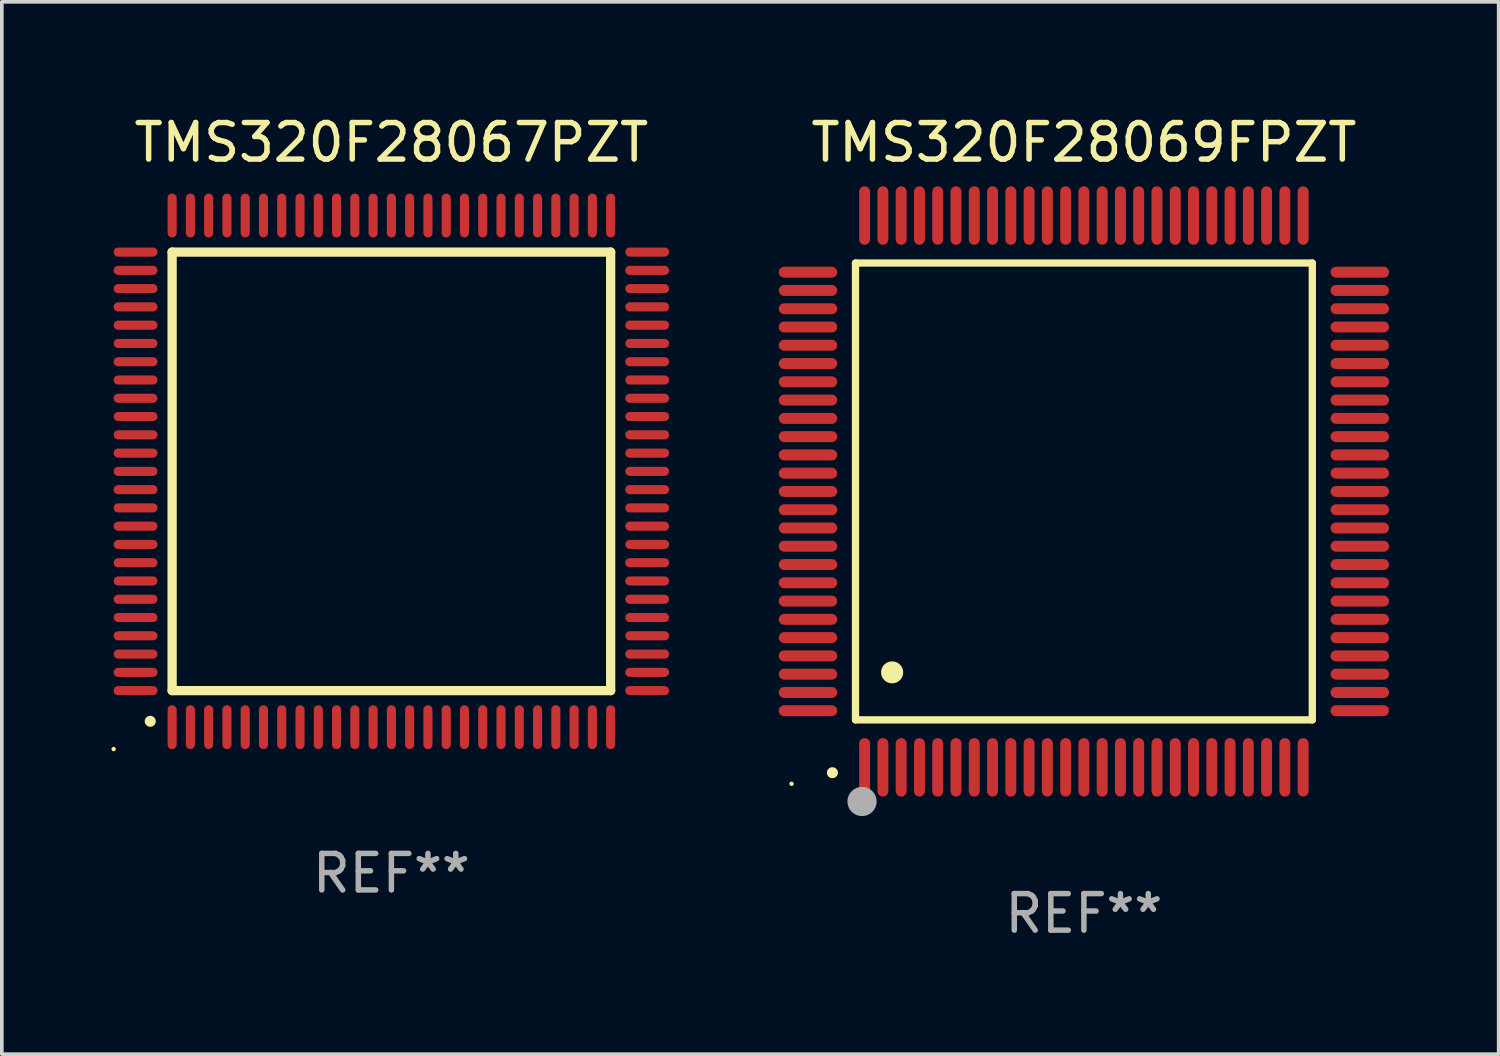
<source format=kicad_pcb>
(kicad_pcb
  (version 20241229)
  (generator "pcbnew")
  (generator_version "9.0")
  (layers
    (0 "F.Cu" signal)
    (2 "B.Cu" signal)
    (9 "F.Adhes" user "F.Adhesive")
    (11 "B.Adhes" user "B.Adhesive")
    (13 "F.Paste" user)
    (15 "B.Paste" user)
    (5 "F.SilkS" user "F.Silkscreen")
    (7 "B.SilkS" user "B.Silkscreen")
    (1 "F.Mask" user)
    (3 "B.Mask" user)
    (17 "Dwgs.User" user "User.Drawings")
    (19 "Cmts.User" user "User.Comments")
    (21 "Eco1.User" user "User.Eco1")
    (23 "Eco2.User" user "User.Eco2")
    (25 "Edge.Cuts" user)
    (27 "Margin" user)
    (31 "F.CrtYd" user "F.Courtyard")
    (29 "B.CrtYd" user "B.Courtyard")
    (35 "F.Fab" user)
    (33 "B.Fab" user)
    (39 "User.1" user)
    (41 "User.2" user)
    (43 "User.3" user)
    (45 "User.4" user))
  (footprint "TMS320F28067PZT"
    (layer "F.Cu")
    (at 7.66 9.848)
    (property "Reference" "TMS320F28067PZT" (at 0 -9 0) (layer "F.SilkS") (effects (font (size 1 1) (thickness 0.15))))
    (attr through_hole)
    (fp_line (start -6 -6) (end 6 -6) (stroke (width 0.254) (type solid)) (layer "F.SilkS"))
    (fp_line (start -6 6) (end -6 -6) (stroke (width 0.254) (type solid)) (layer "F.SilkS"))
    (fp_line (start 6 -6) (end 6 6) (stroke (width 0.254) (type solid)) (layer "F.SilkS"))
    (fp_line (start 6 6) (end -6 6) (stroke (width 0.254) (type solid)) (layer "F.SilkS"))
    (fp_arc (start -6.600025 6.840005) (mid -6.598755 6.84) (end -6.597485 6.840005) (stroke (width 0.3) (type solid)) (layer "F.SilkS"))
    (fp_circle (center -7.6 7.6) (end -7.57 7.6) (stroke (width 0.06) (type solid)) (fill no) (layer "F.SilkS"))
    (fp_text user "REF**" (at 0 11 0) (layer "F.Fab") (effects (font (size 1 1) (thickness 0.15))))
    (pad "1" smd oval (at -6 7 180) (size 0.25 1.2) (layers "F.Cu" "F.Mask" "F.Paste"))
    (pad "2" smd oval (at -5.5 7 180) (size 0.25 1.2) (layers "F.Cu" "F.Mask" "F.Paste"))
    (pad "3" smd oval (at -5 7 180) (size 0.25 1.2) (layers "F.Cu" "F.Mask" "F.Paste"))
    (pad "4" smd oval (at -4.5 7 180) (size 0.25 1.2) (layers "F.Cu" "F.Mask" "F.Paste"))
    (pad "5" smd oval (at -4 7 180) (size 0.25 1.2) (layers "F.Cu" "F.Mask" "F.Paste"))
    (pad "6" smd oval (at -3.5 7 180) (size 0.25 1.2) (layers "F.Cu" "F.Mask" "F.Paste"))
    (pad "7" smd oval (at -3 7 180) (size 0.25 1.2) (layers "F.Cu" "F.Mask" "F.Paste"))
    (pad "8" smd oval (at -2.5 7 180) (size 0.25 1.2) (layers "F.Cu" "F.Mask" "F.Paste"))
    (pad "9" smd oval (at -2 7 180) (size 0.25 1.2) (layers "F.Cu" "F.Mask" "F.Paste"))
    (pad "10" smd oval (at -1.5 7 180) (size 0.25 1.2) (layers "F.Cu" "F.Mask" "F.Paste"))
    (pad "11" smd oval (at -1 7 180) (size 0.25 1.2) (layers "F.Cu" "F.Mask" "F.Paste"))
    (pad "12" smd oval (at -0.5 7 180) (size 0.25 1.2) (layers "F.Cu" "F.Mask" "F.Paste"))
    (pad "13" smd oval (at 0 7 180) (size 0.25 1.2) (layers "F.Cu" "F.Mask" "F.Paste"))
    (pad "14" smd oval (at 0.5 7 180) (size 0.25 1.2) (layers "F.Cu" "F.Mask" "F.Paste"))
    (pad "15" smd oval (at 1 7 180) (size 0.25 1.2) (layers "F.Cu" "F.Mask" "F.Paste"))
    (pad "16" smd oval (at 1.5 7 180) (size 0.25 1.2) (layers "F.Cu" "F.Mask" "F.Paste"))
    (pad "17" smd oval (at 2 7 180) (size 0.25 1.2) (layers "F.Cu" "F.Mask" "F.Paste"))
    (pad "18" smd oval (at 2.5 7 180) (size 0.25 1.2) (layers "F.Cu" "F.Mask" "F.Paste"))
    (pad "19" smd oval (at 3 7 180) (size 0.25 1.2) (layers "F.Cu" "F.Mask" "F.Paste"))
    (pad "20" smd oval (at 3.5 7 180) (size 0.25 1.2) (layers "F.Cu" "F.Mask" "F.Paste"))
    (pad "21" smd oval (at 4 7 180) (size 0.25 1.2) (layers "F.Cu" "F.Mask" "F.Paste"))
    (pad "22" smd oval (at 4.5 7 180) (size 0.25 1.2) (layers "F.Cu" "F.Mask" "F.Paste"))
    (pad "23" smd oval (at 5 7 180) (size 0.25 1.2) (layers "F.Cu" "F.Mask" "F.Paste"))
    (pad "24" smd oval (at 5.5 7 180) (size 0.25 1.2) (layers "F.Cu" "F.Mask" "F.Paste"))
    (pad "25" smd oval (at 6 7 180) (size 0.25 1.2) (layers "F.Cu" "F.Mask" "F.Paste"))
    (pad "26" smd oval (at 7 6 90) (size 0.25 1.2) (layers "F.Cu" "F.Mask" "F.Paste"))
    (pad "27" smd oval (at 7 5.5 90) (size 0.25 1.2) (layers "F.Cu" "F.Mask" "F.Paste"))
    (pad "28" smd oval (at 7 5 90) (size 0.25 1.2) (layers "F.Cu" "F.Mask" "F.Paste"))
    (pad "29" smd oval (at 7 4.5 90) (size 0.25 1.2) (layers "F.Cu" "F.Mask" "F.Paste"))
    (pad "30" smd oval (at 7 4 90) (size 0.25 1.2) (layers "F.Cu" "F.Mask" "F.Paste"))
    (pad "31" smd oval (at 7 3.5 90) (size 0.25 1.2) (layers "F.Cu" "F.Mask" "F.Paste"))
    (pad "32" smd oval (at 7 3 90) (size 0.25 1.2) (layers "F.Cu" "F.Mask" "F.Paste"))
    (pad "33" smd oval (at 7 2.5 90) (size 0.25 1.2) (layers "F.Cu" "F.Mask" "F.Paste"))
    (pad "34" smd oval (at 7 2 90) (size 0.25 1.2) (layers "F.Cu" "F.Mask" "F.Paste"))
    (pad "35" smd oval (at 7 1.5 90) (size 0.25 1.2) (layers "F.Cu" "F.Mask" "F.Paste"))
    (pad "36" smd oval (at 7 1 90) (size 0.25 1.2) (layers "F.Cu" "F.Mask" "F.Paste"))
    (pad "37" smd oval (at 7 0.5 90) (size 0.25 1.2) (layers "F.Cu" "F.Mask" "F.Paste"))
    (pad "38" smd oval (at 7 0 90) (size 0.25 1.2) (layers "F.Cu" "F.Mask" "F.Paste"))
    (pad "39" smd oval (at 7 -0.5 90) (size 0.25 1.2) (layers "F.Cu" "F.Mask" "F.Paste"))
    (pad "40" smd oval (at 7 -1 90) (size 0.25 1.2) (layers "F.Cu" "F.Mask" "F.Paste"))
    (pad "41" smd oval (at 7 -1.5 90) (size 0.25 1.2) (layers "F.Cu" "F.Mask" "F.Paste"))
    (pad "42" smd oval (at 7 -2 90) (size 0.25 1.2) (layers "F.Cu" "F.Mask" "F.Paste"))
    (pad "43" smd oval (at 7 -2.5 90) (size 0.25 1.2) (layers "F.Cu" "F.Mask" "F.Paste"))
    (pad "44" smd oval (at 7 -3 90) (size 0.25 1.2) (layers "F.Cu" "F.Mask" "F.Paste"))
    (pad "45" smd oval (at 7 -3.5 90) (size 0.25 1.2) (layers "F.Cu" "F.Mask" "F.Paste"))
    (pad "46" smd oval (at 7 -4 90) (size 0.25 1.2) (layers "F.Cu" "F.Mask" "F.Paste"))
    (pad "47" smd oval (at 7 -4.5 90) (size 0.25 1.2) (layers "F.Cu" "F.Mask" "F.Paste"))
    (pad "48" smd oval (at 7 -5 90) (size 0.25 1.2) (layers "F.Cu" "F.Mask" "F.Paste"))
    (pad "49" smd oval (at 7 -5.5 90) (size 0.25 1.2) (layers "F.Cu" "F.Mask" "F.Paste"))
    (pad "50" smd oval (at 7 -6 90) (size 0.25 1.2) (layers "F.Cu" "F.Mask" "F.Paste"))
    (pad "51" smd oval (at 6 -7 180) (size 0.25 1.2) (layers "F.Cu" "F.Mask" "F.Paste"))
    (pad "52" smd oval (at 5.5 -7 180) (size 0.25 1.2) (layers "F.Cu" "F.Mask" "F.Paste"))
    (pad "53" smd oval (at 5 -7 180) (size 0.25 1.2) (layers "F.Cu" "F.Mask" "F.Paste"))
    (pad "54" smd oval (at 4.5 -7 180) (size 0.25 1.2) (layers "F.Cu" "F.Mask" "F.Paste"))
    (pad "55" smd oval (at 4 -7 180) (size 0.25 1.2) (layers "F.Cu" "F.Mask" "F.Paste"))
    (pad "56" smd oval (at 3.5 -7 180) (size 0.25 1.2) (layers "F.Cu" "F.Mask" "F.Paste"))
    (pad "57" smd oval (at 3 -7 180) (size 0.25 1.2) (layers "F.Cu" "F.Mask" "F.Paste"))
    (pad "58" smd oval (at 2.5 -7 180) (size 0.25 1.2) (layers "F.Cu" "F.Mask" "F.Paste"))
    (pad "59" smd oval (at 2 -7 180) (size 0.25 1.2) (layers "F.Cu" "F.Mask" "F.Paste"))
    (pad "60" smd oval (at 1.5 -7 180) (size 0.25 1.2) (layers "F.Cu" "F.Mask" "F.Paste"))
    (pad "61" smd oval (at 1 -7 180) (size 0.25 1.2) (layers "F.Cu" "F.Mask" "F.Paste"))
    (pad "62" smd oval (at 0.5 -7 180) (size 0.25 1.2) (layers "F.Cu" "F.Mask" "F.Paste"))
    (pad "63" smd oval (at 0 -7 180) (size 0.25 1.2) (layers "F.Cu" "F.Mask" "F.Paste"))
    (pad "64" smd oval (at -0.5 -7 180) (size 0.25 1.2) (layers "F.Cu" "F.Mask" "F.Paste"))
    (pad "65" smd oval (at -1 -7 180) (size 0.25 1.2) (layers "F.Cu" "F.Mask" "F.Paste"))
    (pad "66" smd oval (at -1.5 -7 180) (size 0.25 1.2) (layers "F.Cu" "F.Mask" "F.Paste"))
    (pad "67" smd oval (at -2 -7 180) (size 0.25 1.2) (layers "F.Cu" "F.Mask" "F.Paste"))
    (pad "68" smd oval (at -2.5 -7 180) (size 0.25 1.2) (layers "F.Cu" "F.Mask" "F.Paste"))
    (pad "69" smd oval (at -3 -7 180) (size 0.25 1.2) (layers "F.Cu" "F.Mask" "F.Paste"))
    (pad "70" smd oval (at -3.5 -7 180) (size 0.25 1.2) (layers "F.Cu" "F.Mask" "F.Paste"))
    (pad "71" smd oval (at -4 -7 180) (size 0.25 1.2) (layers "F.Cu" "F.Mask" "F.Paste"))
    (pad "72" smd oval (at -4.5 -7 180) (size 0.25 1.2) (layers "F.Cu" "F.Mask" "F.Paste"))
    (pad "73" smd oval (at -5 -7 180) (size 0.25 1.2) (layers "F.Cu" "F.Mask" "F.Paste"))
    (pad "74" smd oval (at -5.5 -7 180) (size 0.25 1.2) (layers "F.Cu" "F.Mask" "F.Paste"))
    (pad "75" smd oval (at -6 -7 180) (size 0.25 1.2) (layers "F.Cu" "F.Mask" "F.Paste"))
    (pad "76" smd oval (at -7 -6 90) (size 0.25 1.2) (layers "F.Cu" "F.Mask" "F.Paste"))
    (pad "77" smd oval (at -7 -5.5 90) (size 0.25 1.2) (layers "F.Cu" "F.Mask" "F.Paste"))
    (pad "78" smd oval (at -7 -5 90) (size 0.25 1.2) (layers "F.Cu" "F.Mask" "F.Paste"))
    (pad "79" smd oval (at -7 -4.5 90) (size 0.25 1.2) (layers "F.Cu" "F.Mask" "F.Paste"))
    (pad "80" smd oval (at -7 -4 90) (size 0.25 1.2) (layers "F.Cu" "F.Mask" "F.Paste"))
    (pad "81" smd oval (at -7 -3.5 90) (size 0.25 1.2) (layers "F.Cu" "F.Mask" "F.Paste"))
    (pad "82" smd oval (at -7 -3 90) (size 0.25 1.2) (layers "F.Cu" "F.Mask" "F.Paste"))
    (pad "83" smd oval (at -7 -2.5 90) (size 0.25 1.2) (layers "F.Cu" "F.Mask" "F.Paste"))
    (pad "84" smd oval (at -7 -2 90) (size 0.25 1.2) (layers "F.Cu" "F.Mask" "F.Paste"))
    (pad "85" smd oval (at -7 -1.5 90) (size 0.25 1.2) (layers "F.Cu" "F.Mask" "F.Paste"))
    (pad "86" smd oval (at -7 -1 90) (size 0.25 1.2) (layers "F.Cu" "F.Mask" "F.Paste"))
    (pad "87" smd oval (at -7 -0.5 90) (size 0.25 1.2) (layers "F.Cu" "F.Mask" "F.Paste"))
    (pad "88" smd oval (at -7 0 90) (size 0.25 1.2) (layers "F.Cu" "F.Mask" "F.Paste"))
    (pad "89" smd oval (at -7 0.5 90) (size 0.25 1.2) (layers "F.Cu" "F.Mask" "F.Paste"))
    (pad "90" smd oval (at -7 1 90) (size 0.25 1.2) (layers "F.Cu" "F.Mask" "F.Paste"))
    (pad "91" smd oval (at -7 1.5 90) (size 0.25 1.2) (layers "F.Cu" "F.Mask" "F.Paste"))
    (pad "92" smd oval (at -7 2 90) (size 0.25 1.2) (layers "F.Cu" "F.Mask" "F.Paste"))
    (pad "93" smd oval (at -7 2.5 90) (size 0.25 1.2) (layers "F.Cu" "F.Mask" "F.Paste"))
    (pad "94" smd oval (at -7 3 90) (size 0.25 1.2) (layers "F.Cu" "F.Mask" "F.Paste"))
    (pad "95" smd oval (at -7 3.5 90) (size 0.25 1.2) (layers "F.Cu" "F.Mask" "F.Paste"))
    (pad "96" smd oval (at -7 4 90) (size 0.25 1.2) (layers "F.Cu" "F.Mask" "F.Paste"))
    (pad "97" smd oval (at -7 4.5 90) (size 0.25 1.2) (layers "F.Cu" "F.Mask" "F.Paste"))
    (pad "98" smd oval (at -7 5 90) (size 0.25 1.2) (layers "F.Cu" "F.Mask" "F.Paste"))
    (pad "99" smd oval (at -7 5.5 90) (size 0.25 1.2) (layers "F.Cu" "F.Mask" "F.Paste"))
    (pad "100" smd oval (at -7 6 90) (size 0.25 1.2) (layers "F.Cu" "F.Mask" "F.Paste")))
  (footprint "TMS320F28069FPZT"
    (layer "F.Cu")
    (at 26.61 10.398)
    (property "Reference" "TMS320F28069FPZT" (at 0 -9.55 0) (layer "F.SilkS") (effects (font (size 1 1) (thickness 0.15))))
    (attr through_hole)
    (fp_line (start -6.25 -6.25) (end -6.25 6.25) (stroke (width 0.2) (type solid)) (layer "F.SilkS"))
    (fp_line (start -6.25 6.25) (end 6.25 6.25) (stroke (width 0.2) (type solid)) (layer "F.SilkS"))
    (fp_line (start 6.25 -6.25) (end -6.25 -6.25) (stroke (width 0.2) (type solid)) (layer "F.SilkS"))
    (fp_line (start 6.25 6.25) (end 6.25 -6.25) (stroke (width 0.2) (type solid)) (layer "F.SilkS"))
    (fp_arc (start -6.883414 7.696215) (mid -6.882144 7.69621) (end -6.880874 7.696215) (stroke (width 0.3) (type solid)) (layer "F.SilkS"))
    (fp_arc (start -5.250191 4.95047) (mid -5.247651 4.950459) (end -5.245111 4.95047) (stroke (width 0.6) (type solid)) (layer "F.SilkS"))
    (fp_circle (center -8 8) (end -7.97 8) (stroke (width 0.06) (type solid)) (fill no) (layer "F.SilkS"))
    (fp_circle (center -6.071 8.484) (end -5.871 8.484) (stroke (width 0.4) (type solid)) (fill no) (layer "F.Fab"))
    (fp_text user "REF**" (at 0 11.55 0) (layer "F.Fab") (effects (font (size 1 1) (thickness 0.15))))
    (pad "1" smd oval (at -6 7.55) (size 0.3 1.6) (layers "F.Cu" "F.Mask" "F.Paste"))
    (pad "2" smd oval (at -5.5 7.55) (size 0.3 1.6) (layers "F.Cu" "F.Mask" "F.Paste"))
    (pad "3" smd oval (at -5 7.55) (size 0.3 1.6) (layers "F.Cu" "F.Mask" "F.Paste"))
    (pad "4" smd oval (at -4.5 7.55) (size 0.3 1.6) (layers "F.Cu" "F.Mask" "F.Paste"))
    (pad "5" smd oval (at -4 7.55) (size 0.3 1.6) (layers "F.Cu" "F.Mask" "F.Paste"))
    (pad "6" smd oval (at -3.5 7.55) (size 0.3 1.6) (layers "F.Cu" "F.Mask" "F.Paste"))
    (pad "7" smd oval (at -3 7.55) (size 0.3 1.6) (layers "F.Cu" "F.Mask" "F.Paste"))
    (pad "8" smd oval (at -2.5 7.55) (size 0.3 1.6) (layers "F.Cu" "F.Mask" "F.Paste"))
    (pad "9" smd oval (at -2 7.55) (size 0.3 1.6) (layers "F.Cu" "F.Mask" "F.Paste"))
    (pad "10" smd oval (at -1.5 7.55) (size 0.3 1.6) (layers "F.Cu" "F.Mask" "F.Paste"))
    (pad "11" smd oval (at -1 7.55) (size 0.3 1.6) (layers "F.Cu" "F.Mask" "F.Paste"))
    (pad "12" smd oval (at -0.5 7.55) (size 0.3 1.6) (layers "F.Cu" "F.Mask" "F.Paste"))
    (pad "13" smd oval (at 0 7.55) (size 0.3 1.6) (layers "F.Cu" "F.Mask" "F.Paste"))
    (pad "14" smd oval (at 0.5 7.55) (size 0.3 1.6) (layers "F.Cu" "F.Mask" "F.Paste"))
    (pad "15" smd oval (at 1 7.55) (size 0.3 1.6) (layers "F.Cu" "F.Mask" "F.Paste"))
    (pad "16" smd oval (at 1.5 7.55) (size 0.3 1.6) (layers "F.Cu" "F.Mask" "F.Paste"))
    (pad "17" smd oval (at 2 7.55) (size 0.3 1.6) (layers "F.Cu" "F.Mask" "F.Paste"))
    (pad "18" smd oval (at 2.5 7.55) (size 0.3 1.6) (layers "F.Cu" "F.Mask" "F.Paste"))
    (pad "19" smd oval (at 3 7.55) (size 0.3 1.6) (layers "F.Cu" "F.Mask" "F.Paste"))
    (pad "20" smd oval (at 3.5 7.55) (size 0.3 1.6) (layers "F.Cu" "F.Mask" "F.Paste"))
    (pad "21" smd oval (at 4 7.55) (size 0.3 1.6) (layers "F.Cu" "F.Mask" "F.Paste"))
    (pad "22" smd oval (at 4.5 7.55) (size 0.3 1.6) (layers "F.Cu" "F.Mask" "F.Paste"))
    (pad "23" smd oval (at 5 7.55) (size 0.3 1.6) (layers "F.Cu" "F.Mask" "F.Paste"))
    (pad "24" smd oval (at 5.5 7.55) (size 0.3 1.6) (layers "F.Cu" "F.Mask" "F.Paste"))
    (pad "25" smd oval (at 6 7.55) (size 0.3 1.6) (layers "F.Cu" "F.Mask" "F.Paste"))
    (pad "26" smd oval (at 7.55 6) (size 1.6 0.3) (layers "F.Cu" "F.Mask" "F.Paste"))
    (pad "27" smd oval (at 7.55 5.5) (size 1.6 0.3) (layers "F.Cu" "F.Mask" "F.Paste"))
    (pad "28" smd oval (at 7.55 5) (size 1.6 0.3) (layers "F.Cu" "F.Mask" "F.Paste"))
    (pad "29" smd oval (at 7.55 4.5) (size 1.6 0.3) (layers "F.Cu" "F.Mask" "F.Paste"))
    (pad "30" smd oval (at 7.55 4) (size 1.6 0.3) (layers "F.Cu" "F.Mask" "F.Paste"))
    (pad "31" smd oval (at 7.55 3.5) (size 1.6 0.3) (layers "F.Cu" "F.Mask" "F.Paste"))
    (pad "32" smd oval (at 7.55 3) (size 1.6 0.3) (layers "F.Cu" "F.Mask" "F.Paste"))
    (pad "33" smd oval (at 7.55 2.5) (size 1.6 0.3) (layers "F.Cu" "F.Mask" "F.Paste"))
    (pad "34" smd oval (at 7.55 2) (size 1.6 0.3) (layers "F.Cu" "F.Mask" "F.Paste"))
    (pad "35" smd oval (at 7.55 1.5) (size 1.6 0.3) (layers "F.Cu" "F.Mask" "F.Paste"))
    (pad "36" smd oval (at 7.55 1) (size 1.6 0.3) (layers "F.Cu" "F.Mask" "F.Paste"))
    (pad "37" smd oval (at 7.55 0.5) (size 1.6 0.3) (layers "F.Cu" "F.Mask" "F.Paste"))
    (pad "38" smd oval (at 7.55 0) (size 1.6 0.3) (layers "F.Cu" "F.Mask" "F.Paste"))
    (pad "39" smd oval (at 7.55 -0.5) (size 1.6 0.3) (layers "F.Cu" "F.Mask" "F.Paste"))
    (pad "40" smd oval (at 7.55 -1) (size 1.6 0.3) (layers "F.Cu" "F.Mask" "F.Paste"))
    (pad "41" smd oval (at 7.55 -1.5) (size 1.6 0.3) (layers "F.Cu" "F.Mask" "F.Paste"))
    (pad "42" smd oval (at 7.55 -2) (size 1.6 0.3) (layers "F.Cu" "F.Mask" "F.Paste"))
    (pad "43" smd oval (at 7.55 -2.5) (size 1.6 0.3) (layers "F.Cu" "F.Mask" "F.Paste"))
    (pad "44" smd oval (at 7.55 -3) (size 1.6 0.3) (layers "F.Cu" "F.Mask" "F.Paste"))
    (pad "45" smd oval (at 7.55 -3.5) (size 1.6 0.3) (layers "F.Cu" "F.Mask" "F.Paste"))
    (pad "46" smd oval (at 7.55 -4) (size 1.6 0.3) (layers "F.Cu" "F.Mask" "F.Paste"))
    (pad "47" smd oval (at 7.55 -4.5) (size 1.6 0.3) (layers "F.Cu" "F.Mask" "F.Paste"))
    (pad "48" smd oval (at 7.55 -5) (size 1.6 0.3) (layers "F.Cu" "F.Mask" "F.Paste"))
    (pad "49" smd oval (at 7.55 -5.5) (size 1.6 0.3) (layers "F.Cu" "F.Mask" "F.Paste"))
    (pad "50" smd oval (at 7.55 -6) (size 1.6 0.3) (layers "F.Cu" "F.Mask" "F.Paste"))
    (pad "51" smd oval (at 6 -7.55) (size 0.3 1.6) (layers "F.Cu" "F.Mask" "F.Paste"))
    (pad "52" smd oval (at 5.5 -7.55) (size 0.3 1.6) (layers "F.Cu" "F.Mask" "F.Paste"))
    (pad "53" smd oval (at 5 -7.55) (size 0.3 1.6) (layers "F.Cu" "F.Mask" "F.Paste"))
    (pad "54" smd oval (at 4.5 -7.55) (size 0.3 1.6) (layers "F.Cu" "F.Mask" "F.Paste"))
    (pad "55" smd oval (at 4 -7.55) (size 0.3 1.6) (layers "F.Cu" "F.Mask" "F.Paste"))
    (pad "56" smd oval (at 3.5 -7.55) (size 0.3 1.6) (layers "F.Cu" "F.Mask" "F.Paste"))
    (pad "57" smd oval (at 3 -7.55) (size 0.3 1.6) (layers "F.Cu" "F.Mask" "F.Paste"))
    (pad "58" smd oval (at 2.5 -7.55) (size 0.3 1.6) (layers "F.Cu" "F.Mask" "F.Paste"))
    (pad "59" smd oval (at 2 -7.55) (size 0.3 1.6) (layers "F.Cu" "F.Mask" "F.Paste"))
    (pad "60" smd oval (at 1.5 -7.55) (size 0.3 1.6) (layers "F.Cu" "F.Mask" "F.Paste"))
    (pad "61" smd oval (at 1 -7.55) (size 0.3 1.6) (layers "F.Cu" "F.Mask" "F.Paste"))
    (pad "62" smd oval (at 0.5 -7.55) (size 0.3 1.6) (layers "F.Cu" "F.Mask" "F.Paste"))
    (pad "63" smd oval (at 0 -7.55) (size 0.3 1.6) (layers "F.Cu" "F.Mask" "F.Paste"))
    (pad "64" smd oval (at -0.5 -7.55) (size 0.3 1.6) (layers "F.Cu" "F.Mask" "F.Paste"))
    (pad "65" smd oval (at -1 -7.55) (size 0.3 1.6) (layers "F.Cu" "F.Mask" "F.Paste"))
    (pad "66" smd oval (at -1.5 -7.55) (size 0.3 1.6) (layers "F.Cu" "F.Mask" "F.Paste"))
    (pad "67" smd oval (at -2 -7.55) (size 0.3 1.6) (layers "F.Cu" "F.Mask" "F.Paste"))
    (pad "68" smd oval (at -2.5 -7.55) (size 0.3 1.6) (layers "F.Cu" "F.Mask" "F.Paste"))
    (pad "69" smd oval (at -3 -7.55) (size 0.3 1.6) (layers "F.Cu" "F.Mask" "F.Paste"))
    (pad "70" smd oval (at -3.5 -7.55) (size 0.3 1.6) (layers "F.Cu" "F.Mask" "F.Paste"))
    (pad "71" smd oval (at -4 -7.55) (size 0.3 1.6) (layers "F.Cu" "F.Mask" "F.Paste"))
    (pad "72" smd oval (at -4.5 -7.55) (size 0.3 1.6) (layers "F.Cu" "F.Mask" "F.Paste"))
    (pad "73" smd oval (at -5 -7.55) (size 0.3 1.6) (layers "F.Cu" "F.Mask" "F.Paste"))
    (pad "74" smd oval (at -5.5 -7.55) (size 0.3 1.6) (layers "F.Cu" "F.Mask" "F.Paste"))
    (pad "75" smd oval (at -6 -7.55) (size 0.3 1.6) (layers "F.Cu" "F.Mask" "F.Paste"))
    (pad "76" smd oval (at -7.55 -6) (size 1.6 0.3) (layers "F.Cu" "F.Mask" "F.Paste"))
    (pad "77" smd oval (at -7.55 -5.5) (size 1.6 0.3) (layers "F.Cu" "F.Mask" "F.Paste"))
    (pad "78" smd oval (at -7.55 -5) (size 1.6 0.3) (layers "F.Cu" "F.Mask" "F.Paste"))
    (pad "79" smd oval (at -7.55 -4.5) (size 1.6 0.3) (layers "F.Cu" "F.Mask" "F.Paste"))
    (pad "80" smd oval (at -7.55 -4) (size 1.6 0.3) (layers "F.Cu" "F.Mask" "F.Paste"))
    (pad "81" smd oval (at -7.55 -3.5) (size 1.6 0.3) (layers "F.Cu" "F.Mask" "F.Paste"))
    (pad "82" smd oval (at -7.55 -3) (size 1.6 0.3) (layers "F.Cu" "F.Mask" "F.Paste"))
    (pad "83" smd oval (at -7.55 -2.5) (size 1.6 0.3) (layers "F.Cu" "F.Mask" "F.Paste"))
    (pad "84" smd oval (at -7.55 -2) (size 1.6 0.3) (layers "F.Cu" "F.Mask" "F.Paste"))
    (pad "85" smd oval (at -7.55 -1.5) (size 1.6 0.3) (layers "F.Cu" "F.Mask" "F.Paste"))
    (pad "86" smd oval (at -7.55 -1) (size 1.6 0.3) (layers "F.Cu" "F.Mask" "F.Paste"))
    (pad "87" smd oval (at -7.55 -0.5) (size 1.6 0.3) (layers "F.Cu" "F.Mask" "F.Paste"))
    (pad "88" smd oval (at -7.55 0) (size 1.6 0.3) (layers "F.Cu" "F.Mask" "F.Paste"))
    (pad "89" smd oval (at -7.55 0.5) (size 1.6 0.3) (layers "F.Cu" "F.Mask" "F.Paste"))
    (pad "90" smd oval (at -7.55 1) (size 1.6 0.3) (layers "F.Cu" "F.Mask" "F.Paste"))
    (pad "91" smd oval (at -7.55 1.5) (size 1.6 0.3) (layers "F.Cu" "F.Mask" "F.Paste"))
    (pad "92" smd oval (at -7.55 2) (size 1.6 0.3) (layers "F.Cu" "F.Mask" "F.Paste"))
    (pad "93" smd oval (at -7.55 2.5) (size 1.6 0.3) (layers "F.Cu" "F.Mask" "F.Paste"))
    (pad "94" smd oval (at -7.55 3) (size 1.6 0.3) (layers "F.Cu" "F.Mask" "F.Paste"))
    (pad "95" smd oval (at -7.55 3.5) (size 1.6 0.3) (layers "F.Cu" "F.Mask" "F.Paste"))
    (pad "96" smd oval (at -7.55 4) (size 1.6 0.3) (layers "F.Cu" "F.Mask" "F.Paste"))
    (pad "97" smd oval (at -7.55 4.5) (size 1.6 0.3) (layers "F.Cu" "F.Mask" "F.Paste"))
    (pad "98" smd oval (at -7.55 5) (size 1.6 0.3) (layers "F.Cu" "F.Mask" "F.Paste"))
    (pad "99" smd oval (at -7.55 5.5) (size 1.6 0.3) (layers "F.Cu" "F.Mask" "F.Paste"))
    (pad "100" smd oval (at -7.55 6) (size 1.6 0.3) (layers "F.Cu" "F.Mask" "F.Paste")))
  (gr_rect
    (start -3 -3)
    (end 37.96 25.796)
    (stroke (width 0.1) (type default))
    (fill no)
    (layer "Edge.Cuts")))
</source>
